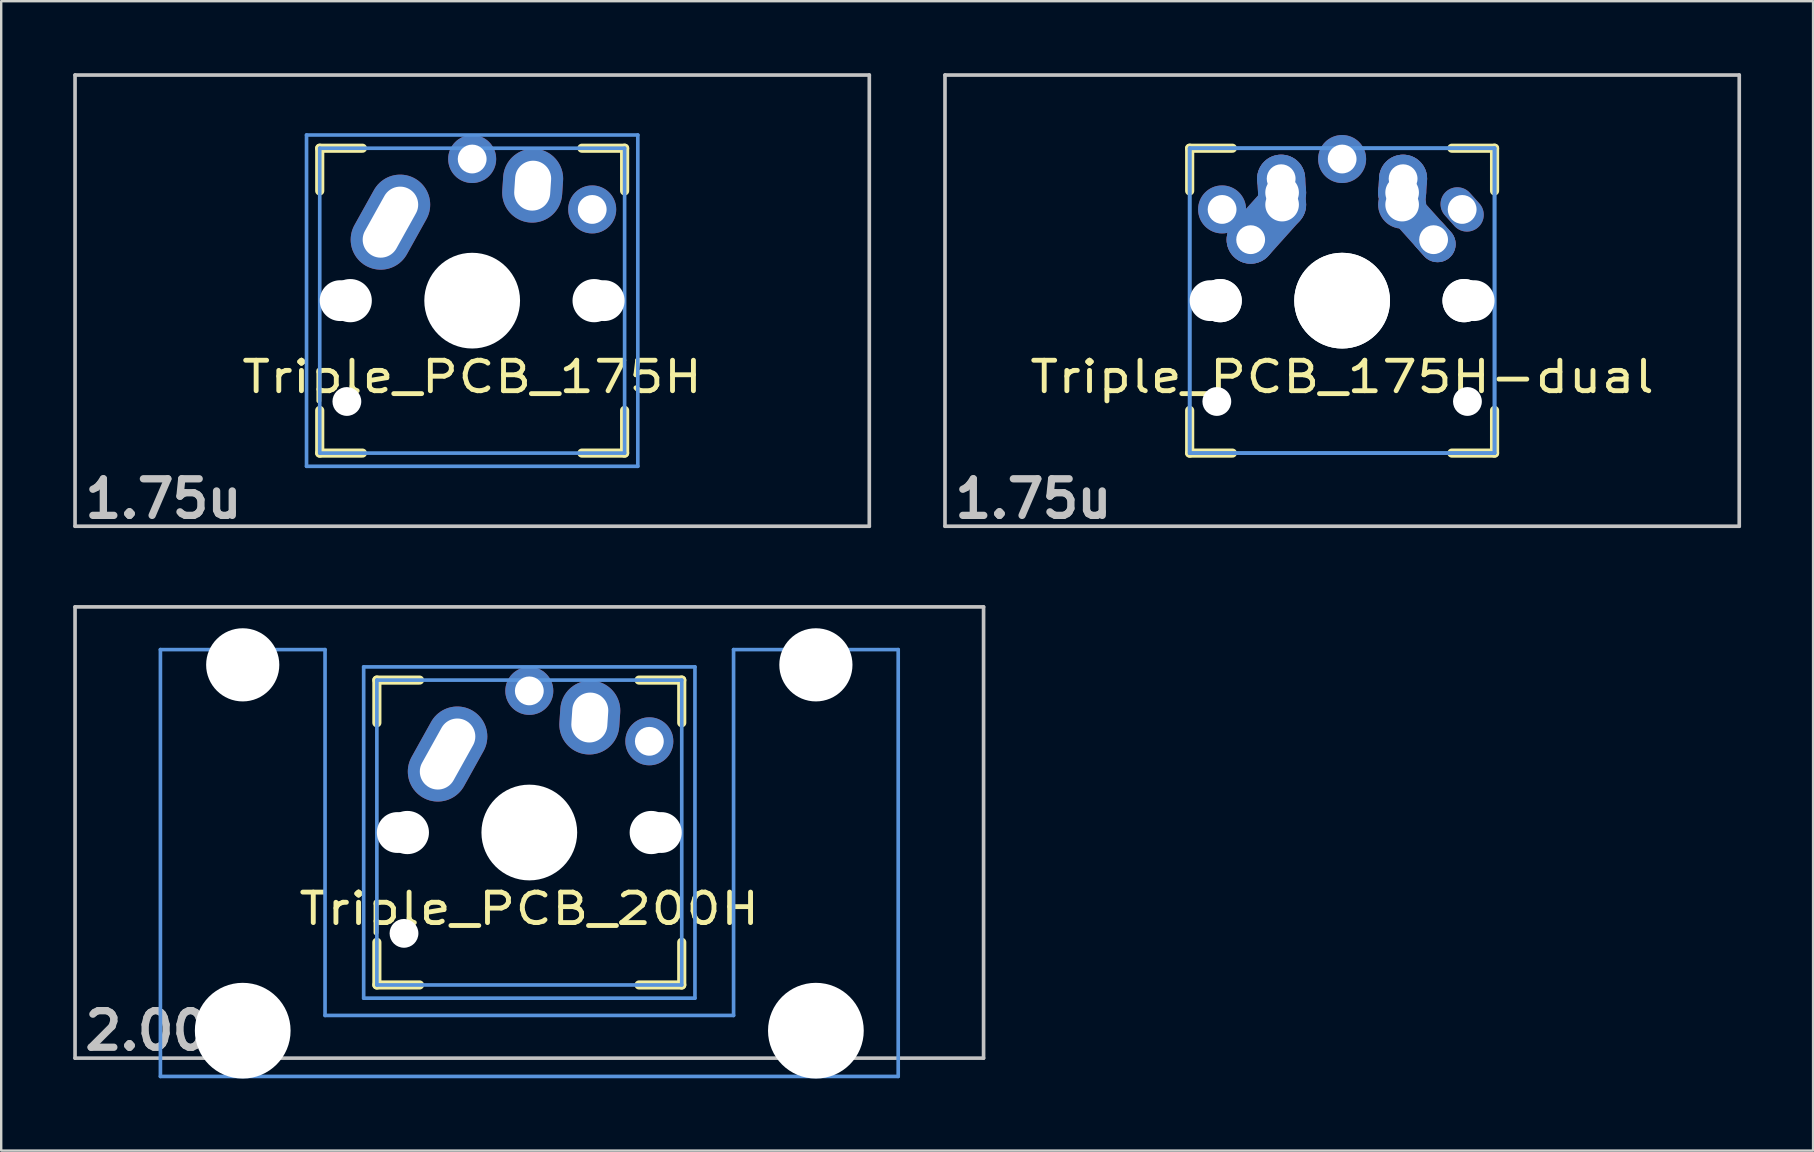
<source format=kicad_pcb>
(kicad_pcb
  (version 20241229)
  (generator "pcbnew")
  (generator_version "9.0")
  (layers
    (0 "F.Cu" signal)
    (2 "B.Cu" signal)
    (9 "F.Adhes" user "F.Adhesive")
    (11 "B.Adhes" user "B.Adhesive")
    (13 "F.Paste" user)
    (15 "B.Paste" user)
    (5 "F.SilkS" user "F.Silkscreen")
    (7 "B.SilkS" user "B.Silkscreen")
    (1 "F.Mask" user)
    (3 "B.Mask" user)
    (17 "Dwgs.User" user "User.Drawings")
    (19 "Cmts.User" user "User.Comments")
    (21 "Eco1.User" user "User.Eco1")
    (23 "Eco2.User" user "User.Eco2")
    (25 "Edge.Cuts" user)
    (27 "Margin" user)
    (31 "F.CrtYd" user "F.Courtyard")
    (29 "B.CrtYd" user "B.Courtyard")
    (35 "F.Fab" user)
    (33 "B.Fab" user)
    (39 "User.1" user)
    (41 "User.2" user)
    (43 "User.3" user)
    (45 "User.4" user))
  (footprint "Triple_PCB_200H"
    (layer "F.Cu")
    (at 18.999 31.63)
    (property "Reference" "Triple_PCB_200H" (at 0 3.175 0) (layer "F.SilkS") (effects (font (size 1.27 1.524) (thickness 0.203))))
    (attr through_hole)
    (fp_line (start -6.35 -6.35) (end -4.572 -6.35) (stroke (width 0.381) (type solid)) (layer "F.SilkS"))
    (fp_line (start -6.35 -4.572) (end -6.35 -6.35) (stroke (width 0.381) (type solid)) (layer "F.SilkS"))
    (fp_line (start -6.35 6.35) (end -6.35 4.572) (stroke (width 0.381) (type solid)) (layer "F.SilkS"))
    (fp_line (start -4.572 6.35) (end -6.35 6.35) (stroke (width 0.381) (type solid)) (layer "F.SilkS"))
    (fp_line (start 4.572 -6.35) (end 6.35 -6.35) (stroke (width 0.381) (type solid)) (layer "F.SilkS"))
    (fp_line (start 6.35 -6.35) (end 6.35 -4.572) (stroke (width 0.381) (type solid)) (layer "F.SilkS"))
    (fp_line (start 6.35 4.572) (end 6.35 6.35) (stroke (width 0.381) (type solid)) (layer "F.SilkS"))
    (fp_line (start 6.35 6.35) (end 4.572 6.35) (stroke (width 0.381) (type solid)) (layer "F.SilkS"))
    (fp_line (start -18.923 -9.398) (end 18.923 -9.398) (stroke (width 0.152) (type solid)) (layer "Dwgs.User"))
    (fp_line (start -18.923 9.398) (end -18.923 -9.398) (stroke (width 0.152) (type solid)) (layer "Dwgs.User"))
    (fp_line (start 18.923 -9.398) (end 18.923 9.398) (stroke (width 0.152) (type solid)) (layer "Dwgs.User"))
    (fp_line (start 18.923 9.398) (end -18.923 9.398) (stroke (width 0.152) (type solid)) (layer "Dwgs.User"))
    (fp_line (start -15.367 -7.62) (end -15.367 10.16) (stroke (width 0.152) (type solid)) (layer "Cmts.User"))
    (fp_line (start -15.367 10.16) (end 15.367 10.16) (stroke (width 0.152) (type solid)) (layer "Cmts.User"))
    (fp_line (start -8.509 -7.62) (end -15.367 -7.62) (stroke (width 0.152) (type solid)) (layer "Cmts.User"))
    (fp_line (start -8.509 7.62) (end -8.509 -7.62) (stroke (width 0.152) (type solid)) (layer "Cmts.User"))
    (fp_line (start -6.9 -6.9) (end 6.9 -6.9) (stroke (width 0.152) (type solid)) (layer "Cmts.User"))
    (fp_line (start -6.9 6.9) (end -6.9 -6.9) (stroke (width 0.152) (type solid)) (layer "Cmts.User"))
    (fp_line (start -6.35 -6.35) (end 6.35 -6.35) (stroke (width 0.152) (type solid)) (layer "Cmts.User"))
    (fp_line (start -6.35 6.35) (end -6.35 -6.35) (stroke (width 0.152) (type solid)) (layer "Cmts.User"))
    (fp_line (start 6.35 -6.35) (end 6.35 6.35) (stroke (width 0.152) (type solid)) (layer "Cmts.User"))
    (fp_line (start 6.35 6.35) (end -6.35 6.35) (stroke (width 0.152) (type solid)) (layer "Cmts.User"))
    (fp_line (start 6.9 -6.9) (end 6.9 6.9) (stroke (width 0.152) (type solid)) (layer "Cmts.User"))
    (fp_line (start 6.9 6.9) (end -6.9 6.9) (stroke (width 0.152) (type solid)) (layer "Cmts.User"))
    (fp_line (start 8.509 -7.62) (end 8.509 7.62) (stroke (width 0.152) (type solid)) (layer "Cmts.User"))
    (fp_line (start 8.509 7.62) (end -8.509 7.62) (stroke (width 0.152) (type solid)) (layer "Cmts.User"))
    (fp_line (start 15.367 -7.62) (end 8.509 -7.62) (stroke (width 0.152) (type solid)) (layer "Cmts.User"))
    (fp_line (start 15.367 10.16) (end 15.367 -7.62) (stroke (width 0.152) (type solid)) (layer "Cmts.User"))
    (fp_line (start -16.129 -2.286) (end -15.265 -2.286) (stroke (width 0.152) (type solid)) (layer "Eco2.User"))
    (fp_line (start -16.129 0.508) (end -16.129 -2.286) (stroke (width 0.152) (type solid)) (layer "Eco2.User"))
    (fp_line (start -15.265 -5.69) (end -8.611 -5.69) (stroke (width 0.152) (type solid)) (layer "Eco2.User"))
    (fp_line (start -15.265 -2.286) (end -15.265 -5.69) (stroke (width 0.152) (type solid)) (layer "Eco2.User"))
    (fp_line (start -15.265 0.508) (end -16.129 0.508) (stroke (width 0.152) (type solid)) (layer "Eco2.User"))
    (fp_line (start -15.265 6.604) (end -15.265 0.508) (stroke (width 0.152) (type solid)) (layer "Eco2.User"))
    (fp_line (start -14.224 6.604) (end -15.265 6.604) (stroke (width 0.152) (type solid)) (layer "Eco2.User"))
    (fp_line (start -14.224 7.772) (end -14.224 6.604) (stroke (width 0.152) (type solid)) (layer "Eco2.User"))
    (fp_line (start -9.652 6.604) (end -9.652 7.772) (stroke (width 0.152) (type solid)) (layer "Eco2.User"))
    (fp_line (start -9.652 7.772) (end -14.224 7.772) (stroke (width 0.152) (type solid)) (layer "Eco2.User"))
    (fp_line (start -8.611 -5.69) (end -8.611 -4.877) (stroke (width 0.152) (type solid)) (layer "Eco2.User"))
    (fp_line (start -8.611 -4.877) (end -6.985 -4.877) (stroke (width 0.152) (type solid)) (layer "Eco2.User"))
    (fp_line (start -8.611 5.817) (end -8.611 6.604) (stroke (width 0.152) (type solid)) (layer "Eco2.User"))
    (fp_line (start -8.611 6.604) (end -9.652 6.604) (stroke (width 0.152) (type solid)) (layer "Eco2.User"))
    (fp_line (start -7.5 -7.5) (end 7.5 -7.5) (stroke (width 0.152) (type solid)) (layer "Eco2.User"))
    (fp_line (start -7.5 7.5) (end -7.5 -7.5) (stroke (width 0.152) (type solid)) (layer "Eco2.User"))
    (fp_line (start -6.985 -6.985) (end 6.985 -6.985) (stroke (width 0.152) (type solid)) (layer "Eco2.User"))
    (fp_line (start -6.985 -4.877) (end -6.985 -6.985) (stroke (width 0.152) (type solid)) (layer "Eco2.User"))
    (fp_line (start -6.985 5.817) (end -8.611 5.817) (stroke (width 0.152) (type solid)) (layer "Eco2.User"))
    (fp_line (start -6.985 6.985) (end -6.985 5.817) (stroke (width 0.152) (type solid)) (layer "Eco2.User"))
    (fp_line (start 6.985 -6.985) (end 6.985 -4.877) (stroke (width 0.152) (type solid)) (layer "Eco2.User"))
    (fp_line (start 6.985 -4.877) (end 8.611 -4.877) (stroke (width 0.152) (type solid)) (layer "Eco2.User"))
    (fp_line (start 6.985 5.817) (end 6.985 6.985) (stroke (width 0.152) (type solid)) (layer "Eco2.User"))
    (fp_line (start 6.985 6.985) (end -6.985 6.985) (stroke (width 0.152) (type solid)) (layer "Eco2.User"))
    (fp_line (start 7.5 -7.5) (end 7.5 7.5) (stroke (width 0.152) (type solid)) (layer "Eco2.User"))
    (fp_line (start 7.5 7.5) (end -7.5 7.5) (stroke (width 0.152) (type solid)) (layer "Eco2.User"))
    (fp_line (start 8.611 -5.69) (end 15.265 -5.69) (stroke (width 0.152) (type solid)) (layer "Eco2.User"))
    (fp_line (start 8.611 -4.877) (end 8.611 -5.69) (stroke (width 0.152) (type solid)) (layer "Eco2.User"))
    (fp_line (start 8.611 5.817) (end 6.985 5.817) (stroke (width 0.152) (type solid)) (layer "Eco2.User"))
    (fp_line (start 8.611 6.604) (end 8.611 5.817) (stroke (width 0.152) (type solid)) (layer "Eco2.User"))
    (fp_line (start 9.652 6.604) (end 8.611 6.604) (stroke (width 0.152) (type solid)) (layer "Eco2.User"))
    (fp_line (start 9.652 7.772) (end 9.652 6.604) (stroke (width 0.152) (type solid)) (layer "Eco2.User"))
    (fp_line (start 14.224 6.604) (end 14.224 7.772) (stroke (width 0.152) (type solid)) (layer "Eco2.User"))
    (fp_line (start 14.224 7.772) (end 9.652 7.772) (stroke (width 0.152) (type solid)) (layer "Eco2.User"))
    (fp_line (start 15.265 -5.69) (end 15.265 -2.286) (stroke (width 0.152) (type solid)) (layer "Eco2.User"))
    (fp_line (start 15.265 -2.286) (end 16.129 -2.286) (stroke (width 0.152) (type solid)) (layer "Eco2.User"))
    (fp_line (start 15.265 0.508) (end 15.265 6.604) (stroke (width 0.152) (type solid)) (layer "Eco2.User"))
    (fp_line (start 15.265 6.604) (end 14.224 6.604) (stroke (width 0.152) (type solid)) (layer "Eco2.User"))
    (fp_line (start 16.129 -2.286) (end 16.129 0.508) (stroke (width 0.152) (type solid)) (layer "Eco2.User"))
    (fp_line (start 16.129 0.508) (end 15.265 0.508) (stroke (width 0.152) (type solid)) (layer "Eco2.User"))
    (fp_text user "2.00u" (at -15.24 8.255 0) (layer "Dwgs.User") (effects (font (size 1.524 1.524) (thickness 0.305))))
    (pad "" np_thru_hole circle (at -11.938 -6.985) (size 3.048 3.048) (drill 3.048) (layers "*.Cu"))
    (pad "" np_thru_hole circle (at -11.938 8.255) (size 3.988 3.988) (drill 3.988) (layers "*.Cu"))
    (pad "" np_thru_hole circle (at -5.5 0) (size 1.7 1.7) (drill 1.7) (layers "*.Cu"))
    (pad "" np_thru_hole circle (at -5.22 4.2) (size 1.2 1.2) (drill 1.2) (layers "*.Cu"))
    (pad "" np_thru_hole circle (at -5.08 0) (size 1.8 1.8) (drill 1.8) (layers "*.Cu"))
    (pad "" np_thru_hole circle (at 0 0) (size 3.4 3.4) (drill 3.4) (layers "*.Cu"))
    (pad "" np_thru_hole circle (at 0 0) (size 3.988 3.988) (drill 3.988) (layers "*.Cu"))
    (pad "" np_thru_hole circle (at 5.08 0) (size 1.8 1.8) (drill 1.8) (layers "*.Cu"))
    (pad "" np_thru_hole circle (at 5.5 0) (size 1.7 1.7) (drill 1.7) (layers "*.Cu"))
    (pad "" np_thru_hole circle (at 11.938 -6.985) (size 3.048 3.048) (drill 3.048) (layers "*.Cu"))
    (pad "" np_thru_hole circle (at 11.938 8.255) (size 3.988 3.988) (drill 3.988) (layers "*.Cu"))
    (pad "1" thru_hole oval (at -3.405 -3.27 330.9) (size 2.5 4.17) (drill oval 1.5 3.17) (layers "*.Cu" "*.Mask"))
    (pad "1" thru_hole circle (at 0 -5.9) (size 2 2) (drill 1.2) (layers "*.Cu" "*.Mask"))
    (pad "2" thru_hole oval (at 2.52 -4.79 356.1) (size 2.5 3.08) (drill oval 1.5 2.08) (layers "*.Cu" "*.Mask"))
    (pad "2" thru_hole circle (at 5 -3.8 221.9) (size 2 2) (drill 1.2) (layers "*.Cu" "*.Mask")))
  (footprint "Triple_PCB_175H"
    (layer "F.Cu")
    (at 16.619 9.474)
    (property "Reference" "Triple_PCB_175H" (at 0 3.175 0) (layer "F.SilkS") (effects (font (size 1.27 1.524) (thickness 0.203))))
    (attr through_hole)
    (fp_line (start -6.35 -6.35) (end -4.572 -6.35) (stroke (width 0.381) (type solid)) (layer "F.SilkS"))
    (fp_line (start -6.35 -4.572) (end -6.35 -6.35) (stroke (width 0.381) (type solid)) (layer "F.SilkS"))
    (fp_line (start -6.35 6.35) (end -6.35 4.572) (stroke (width 0.381) (type solid)) (layer "F.SilkS"))
    (fp_line (start -4.572 6.35) (end -6.35 6.35) (stroke (width 0.381) (type solid)) (layer "F.SilkS"))
    (fp_line (start 4.572 -6.35) (end 6.35 -6.35) (stroke (width 0.381) (type solid)) (layer "F.SilkS"))
    (fp_line (start 6.35 -6.35) (end 6.35 -4.572) (stroke (width 0.381) (type solid)) (layer "F.SilkS"))
    (fp_line (start 6.35 4.572) (end 6.35 6.35) (stroke (width 0.381) (type solid)) (layer "F.SilkS"))
    (fp_line (start 6.35 6.35) (end 4.572 6.35) (stroke (width 0.381) (type solid)) (layer "F.SilkS"))
    (fp_line (start -16.543 -9.398) (end 16.543 -9.398) (stroke (width 0.152) (type solid)) (layer "Dwgs.User"))
    (fp_line (start -16.543 9.398) (end -16.543 -9.398) (stroke (width 0.152) (type solid)) (layer "Dwgs.User"))
    (fp_line (start 16.543 -9.398) (end 16.543 9.398) (stroke (width 0.152) (type solid)) (layer "Dwgs.User"))
    (fp_line (start 16.543 9.398) (end -16.543 9.398) (stroke (width 0.152) (type solid)) (layer "Dwgs.User"))
    (fp_line (start -6.9 -6.9) (end 6.9 -6.9) (stroke (width 0.152) (type solid)) (layer "Cmts.User"))
    (fp_line (start -6.9 6.9) (end -6.9 -6.9) (stroke (width 0.152) (type solid)) (layer "Cmts.User"))
    (fp_line (start -6.35 -6.35) (end 6.35 -6.35) (stroke (width 0.152) (type solid)) (layer "Cmts.User"))
    (fp_line (start -6.35 6.35) (end -6.35 -6.35) (stroke (width 0.152) (type solid)) (layer "Cmts.User"))
    (fp_line (start 6.35 -6.35) (end 6.35 6.35) (stroke (width 0.152) (type solid)) (layer "Cmts.User"))
    (fp_line (start 6.35 6.35) (end -6.35 6.35) (stroke (width 0.152) (type solid)) (layer "Cmts.User"))
    (fp_line (start 6.9 -6.9) (end 6.9 6.9) (stroke (width 0.152) (type solid)) (layer "Cmts.User"))
    (fp_line (start 6.9 6.9) (end -6.9 6.9) (stroke (width 0.152) (type solid)) (layer "Cmts.User"))
    (fp_line (start -7.5 -7.5) (end 7.5 -7.5) (stroke (width 0.152) (type solid)) (layer "Eco2.User"))
    (fp_line (start -7.5 7.5) (end -7.5 -7.5) (stroke (width 0.152) (type solid)) (layer "Eco2.User"))
    (fp_line (start -6.985 -6.985) (end 6.985 -6.985) (stroke (width 0.152) (type solid)) (layer "Eco2.User"))
    (fp_line (start -6.985 6.985) (end -6.985 -6.985) (stroke (width 0.152) (type solid)) (layer "Eco2.User"))
    (fp_line (start 6.985 -6.985) (end 6.985 6.985) (stroke (width 0.152) (type solid)) (layer "Eco2.User"))
    (fp_line (start 6.985 6.985) (end -6.985 6.985) (stroke (width 0.152) (type solid)) (layer "Eco2.User"))
    (fp_line (start 7.5 -7.5) (end 7.5 7.5) (stroke (width 0.152) (type solid)) (layer "Eco2.User"))
    (fp_line (start 7.5 7.5) (end -7.5 7.5) (stroke (width 0.152) (type solid)) (layer "Eco2.User"))
    (fp_text user "1.75u" (at -12.86 8.255 0) (layer "Dwgs.User") (effects (font (size 1.524 1.524) (thickness 0.305))))
    (pad "" np_thru_hole circle (at -5.5 0) (size 1.7 1.7) (drill 1.7) (layers "*.Cu"))
    (pad "" np_thru_hole circle (at -5.22 4.2) (size 1.2 1.2) (drill 1.2) (layers "*.Cu"))
    (pad "" np_thru_hole circle (at -5.08 0) (size 1.8 1.8) (drill 1.8) (layers "*.Cu"))
    (pad "" np_thru_hole circle (at 0 0) (size 3.4 3.4) (drill 3.4) (layers "*.Cu"))
    (pad "" np_thru_hole circle (at 0 0) (size 3.988 3.988) (drill 3.988) (layers "*.Cu"))
    (pad "" np_thru_hole circle (at 5.08 0) (size 1.8 1.8) (drill 1.8) (layers "*.Cu"))
    (pad "" np_thru_hole circle (at 5.5 0) (size 1.7 1.7) (drill 1.7) (layers "*.Cu"))
    (pad "1" thru_hole oval (at -3.405 -3.27 330.9) (size 2.5 4.17) (drill oval 1.5 3.17) (layers "*.Cu" "*.Mask"))
    (pad "1" thru_hole circle (at 0 -5.9) (size 2 2) (drill 1.2) (layers "*.Cu" "*.Mask"))
    (pad "2" thru_hole oval (at 2.52 -4.79 356.1) (size 2.5 3.08) (drill oval 1.5 2.08) (layers "*.Cu" "*.Mask"))
    (pad "2" thru_hole circle (at 5 -3.8 221.9) (size 2 2) (drill 1.2) (layers "*.Cu" "*.Mask")))
  (footprint "Triple_PCB_175H-dual"
    (layer "F.Cu")
    (at 52.858 9.474)
    (property "Reference" "Triple_PCB_175H-dual" (at 0 3.175 0) (layer "F.SilkS") (effects (font (size 1.27 1.524) (thickness 0.203))))
    (attr through_hole)
    (fp_line (start -6.35 -6.35) (end -4.572 -6.35) (stroke (width 0.381) (type solid)) (layer "F.SilkS"))
    (fp_line (start -6.35 -4.572) (end -6.35 -6.35) (stroke (width 0.381) (type solid)) (layer "F.SilkS"))
    (fp_line (start -6.35 6.35) (end -6.35 4.572) (stroke (width 0.381) (type solid)) (layer "F.SilkS"))
    (fp_line (start -4.572 6.35) (end -6.35 6.35) (stroke (width 0.381) (type solid)) (layer "F.SilkS"))
    (fp_line (start 4.572 -6.35) (end 6.35 -6.35) (stroke (width 0.381) (type solid)) (layer "F.SilkS"))
    (fp_line (start 6.35 -6.35) (end 6.35 -4.572) (stroke (width 0.381) (type solid)) (layer "F.SilkS"))
    (fp_line (start 6.35 4.572) (end 6.35 6.35) (stroke (width 0.381) (type solid)) (layer "F.SilkS"))
    (fp_line (start 6.35 6.35) (end 4.572 6.35) (stroke (width 0.381) (type solid)) (layer "F.SilkS"))
    (fp_line (start -16.543 -9.398) (end 16.543 -9.398) (stroke (width 0.152) (type solid)) (layer "Dwgs.User"))
    (fp_line (start -16.543 9.398) (end -16.543 -9.398) (stroke (width 0.152) (type solid)) (layer "Dwgs.User"))
    (fp_line (start 16.543 -9.398) (end 16.543 9.398) (stroke (width 0.152) (type solid)) (layer "Dwgs.User"))
    (fp_line (start 16.543 9.398) (end -16.543 9.398) (stroke (width 0.152) (type solid)) (layer "Dwgs.User"))
    (fp_line (start -6.35 -6.35) (end 6.35 -6.35) (stroke (width 0.152) (type solid)) (layer "Cmts.User"))
    (fp_line (start -6.35 -6.35) (end 6.35 -6.35) (stroke (width 0.152) (type solid)) (layer "Cmts.User"))
    (fp_line (start -6.35 6.35) (end -6.35 -6.35) (stroke (width 0.152) (type solid)) (layer "Cmts.User"))
    (fp_line (start -6.35 6.35) (end -6.35 -6.35) (stroke (width 0.152) (type solid)) (layer "Cmts.User"))
    (fp_line (start 6.35 -6.35) (end 6.35 6.35) (stroke (width 0.152) (type solid)) (layer "Cmts.User"))
    (fp_line (start 6.35 -6.35) (end 6.35 6.35) (stroke (width 0.152) (type solid)) (layer "Cmts.User"))
    (fp_line (start 6.35 6.35) (end -6.35 6.35) (stroke (width 0.152) (type solid)) (layer "Cmts.User"))
    (fp_line (start 6.35 6.35) (end -6.35 6.35) (stroke (width 0.152) (type solid)) (layer "Cmts.User"))
    (fp_line (start -7.5 -7.5) (end 7.5 -7.5) (stroke (width 0.152) (type solid)) (layer "Eco2.User"))
    (fp_line (start -7.5 7.5) (end -7.5 -7.5) (stroke (width 0.152) (type solid)) (layer "Eco2.User"))
    (fp_line (start -6.985 -6.985) (end 6.985 -6.985) (stroke (width 0.152) (type solid)) (layer "Eco2.User"))
    (fp_line (start -6.985 -6.985) (end 6.985 -6.985) (stroke (width 0.152) (type solid)) (layer "Eco2.User"))
    (fp_line (start -6.985 6.985) (end -6.985 -6.985) (stroke (width 0.152) (type solid)) (layer "Eco2.User"))
    (fp_line (start -6.985 6.985) (end -6.985 -6.985) (stroke (width 0.152) (type solid)) (layer "Eco2.User"))
    (fp_line (start 6.985 -6.985) (end 6.985 6.985) (stroke (width 0.152) (type solid)) (layer "Eco2.User"))
    (fp_line (start 6.985 -6.985) (end 6.985 6.985) (stroke (width 0.152) (type solid)) (layer "Eco2.User"))
    (fp_line (start 6.985 6.985) (end -6.985 6.985) (stroke (width 0.152) (type solid)) (layer "Eco2.User"))
    (fp_line (start 6.985 6.985) (end -6.985 6.985) (stroke (width 0.152) (type solid)) (layer "Eco2.User"))
    (fp_line (start 7.5 -7.5) (end 7.5 7.5) (stroke (width 0.152) (type solid)) (layer "Eco2.User"))
    (fp_line (start 7.5 7.5) (end -7.5 7.5) (stroke (width 0.152) (type solid)) (layer "Eco2.User"))
    (fp_text user "1.75u" (at -12.86 8.255 0) (layer "Dwgs.User") (effects (font (size 1.524 1.524) (thickness 0.305))))
    (pad "" np_thru_hole circle (at -5.5 0) (size 1.7 1.7) (drill 1.7) (layers "*.Cu"))
    (pad "" np_thru_hole circle (at -5.22 4.2) (size 1.2 1.2) (drill 1.2) (layers "*.Cu"))
    (pad "" np_thru_hole circle (at -5.08 0) (size 1.8 1.8) (drill 1.8) (layers "*.Cu"))
    (pad "" np_thru_hole circle (at -5.08 0) (size 1.8 1.8) (drill 1.8) (layers "*.Cu"))
    (pad "" np_thru_hole circle (at 0 0) (size 3.988 3.988) (drill 3.988) (layers "*.Cu"))
    (pad "" np_thru_hole circle (at 0 0) (size 3.988 3.988) (drill 3.988) (layers "*.Cu"))
    (pad "" np_thru_hole circle (at 5.08 0) (size 1.8 1.8) (drill 1.8) (layers "*.Cu"))
    (pad "" np_thru_hole circle (at 5.08 0) (size 1.8 1.8) (drill 1.8) (layers "*.Cu"))
    (pad "" np_thru_hole circle (at 5.22 4.2) (size 1.2 1.2) (drill 1.2) (layers "*.Cu"))
    (pad "" np_thru_hole circle (at 5.5 0) (size 1.7 1.7) (drill 1.7) (layers "*.Cu"))
    (pad "1" thru_hole circle (at -5 -3.8 138.1) (size 2 2) (drill 1.2) (layers "*.Cu" "*.Mask"))
    (pad "1" thru_hole circle (at -3.81 -2.54) (size 2 2) (drill oval 1.2) (layers "*.Cu" "*.Mask"))
    (pad "1" smd oval (at -3.155 -3.27 138.1) (size 2 3.962) (layers "F.Cu" "F.Mask" "F.Paste"))
    (pad "1" smd oval (at -3.155 -3.27 138.1) (size 2 3.962) (layers "B.Cu" "B.Mask" "B.Paste"))
    (pad "1" thru_hole circle (at -2.54 -5.08 330.95) (size 2 2) (drill 1.2) (layers "*.Cu" "*.Mask"))
    (pad "1" smd oval (at -2.52 -4.79 3.945) (size 2 2.581) (layers "F.Cu" "F.Mask" "F.Paste"))
    (pad "1" smd oval (at -2.52 -4.79 3.945) (size 2 2.581) (layers "B.Cu" "B.Mask" "B.Paste"))
    (pad "1" thru_hole circle (at -2.5 -4.5 330.95) (size 2 2) (drill 1.4) (layers "*.Cu" "*.Mask"))
    (pad "1" thru_hole circle (at -2.5 -4 330.95) (size 2 2) (drill 1.4) (layers "*.Cu" "*.Mask"))
    (pad "1" thru_hole oval (at 5 -3.8 221.9) (size 1.4 2) (drill 1.2) (layers "*.Cu" "*.Mask"))
    (pad "2" thru_hole circle (at 0 -5.9) (size 2 2) (drill 1.2) (layers "*.Cu" "*.Mask"))
    (pad "2" thru_hole circle (at 2.5 -4.5 330.95) (size 2 2) (drill 1.4) (layers "*.Cu" "*.Mask"))
    (pad "2" thru_hole circle (at 2.5 -4) (size 2 2) (drill 1.4) (layers "*.Cu" "*.Mask"))
    (pad "2" smd oval (at 2.52 -4.79 356.055) (size 2 2.581) (layers "F.Cu" "F.Mask" "F.Paste"))
    (pad "2" smd oval (at 2.52 -4.79 356.055) (size 2 2.581) (layers "B.Cu" "B.Mask" "B.Paste"))
    (pad "2" thru_hole circle (at 2.54 -5.08 330.95) (size 2 2) (drill 1.2) (layers "*.Cu" "*.Mask"))
    (pad "2" smd oval (at 3.155 -3.27 221.9) (size 1.5 3.962) (layers "F.Cu" "F.Mask" "F.Paste"))
    (pad "2" smd oval (at 3.155 -3.27 221.9) (size 1.5 3.962) (layers "B.Cu" "B.Mask" "B.Paste"))
    (pad "2" thru_hole oval (at 3.81 -2.54 311.9) (size 2 1.5) (drill 1.2) (layers "*.Cu" "*.Mask")))
  (gr_rect
    (start -3 -3)
    (end 72.477 44.879)
    (stroke (width 0.1) (type default))
    (fill no)
    (layer "Edge.Cuts")))
</source>
